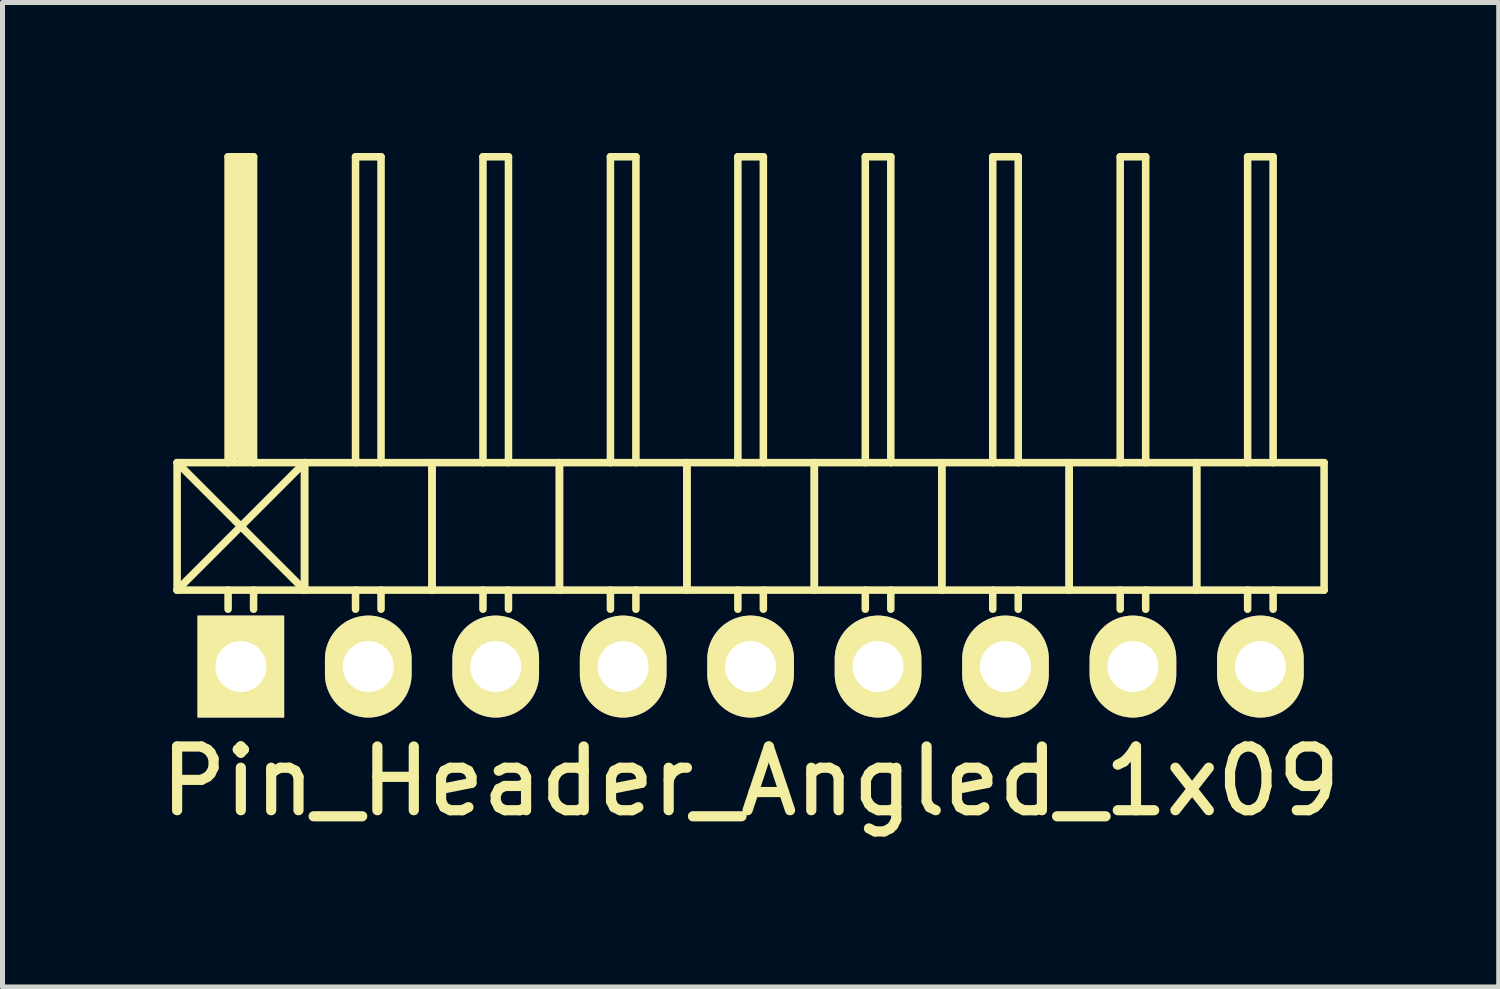
<source format=kicad_pcb>
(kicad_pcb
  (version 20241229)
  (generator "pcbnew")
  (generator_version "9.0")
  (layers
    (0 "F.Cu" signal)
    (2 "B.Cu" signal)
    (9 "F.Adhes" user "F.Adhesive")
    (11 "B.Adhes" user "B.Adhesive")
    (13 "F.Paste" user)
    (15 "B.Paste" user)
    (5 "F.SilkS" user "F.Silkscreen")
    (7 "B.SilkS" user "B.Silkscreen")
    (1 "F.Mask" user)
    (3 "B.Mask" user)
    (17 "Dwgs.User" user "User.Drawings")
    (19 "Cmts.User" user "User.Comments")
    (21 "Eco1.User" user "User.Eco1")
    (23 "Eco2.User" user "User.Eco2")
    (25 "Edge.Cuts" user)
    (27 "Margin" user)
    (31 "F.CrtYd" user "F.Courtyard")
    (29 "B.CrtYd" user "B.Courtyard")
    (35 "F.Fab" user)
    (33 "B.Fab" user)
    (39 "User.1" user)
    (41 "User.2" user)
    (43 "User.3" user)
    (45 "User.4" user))
  (footprint "Pin_Header_Angled_1x09"
    (layer "F.Cu")
    (at 11.91 10.235)
    (property "Reference" "Pin_Header_Angled_1x09" (at 0 2.286 0) (layer "F.SilkS") (effects (font (size 1.27 1.27) (thickness 0.203))))
    (attr through_hole)
    (fp_line (start -11.43 -4.064) (end -8.89 -1.524) (stroke (width 0.15) (type solid)) (layer "F.SilkS"))
    (fp_line (start -11.43 -1.524) (end -11.43 -4.064) (stroke (width 0.15) (type solid)) (layer "F.SilkS"))
    (fp_line (start -11.43 -1.524) (end -8.89 -1.524) (stroke (width 0.15) (type solid)) (layer "F.SilkS"))
    (fp_line (start -10.414 -10.16) (end -9.906 -10.16) (stroke (width 0.15) (type solid)) (layer "F.SilkS"))
    (fp_line (start -10.414 -4.064) (end -10.414 -10.16) (stroke (width 0.15) (type solid)) (layer "F.SilkS"))
    (fp_line (start -10.414 -1.524) (end -10.414 -1.143) (stroke (width 0.15) (type solid)) (layer "F.SilkS"))
    (fp_line (start -10.287 -10.033) (end -10.033 -10.033) (stroke (width 0.15) (type solid)) (layer "F.SilkS"))
    (fp_line (start -10.287 -4.191) (end -10.287 -10.033) (stroke (width 0.15) (type solid)) (layer "F.SilkS"))
    (fp_line (start -10.16 -4.191) (end -10.16 -10.033) (stroke (width 0.15) (type solid)) (layer "F.SilkS"))
    (fp_line (start -10.033 -10.033) (end -10.033 -4.191) (stroke (width 0.15) (type solid)) (layer "F.SilkS"))
    (fp_line (start -10.033 -4.191) (end -10.16 -4.191) (stroke (width 0.15) (type solid)) (layer "F.SilkS"))
    (fp_line (start -9.906 -10.16) (end -9.906 -4.064) (stroke (width 0.15) (type solid)) (layer "F.SilkS"))
    (fp_line (start -9.906 -1.524) (end -9.906 -1.143) (stroke (width 0.15) (type solid)) (layer "F.SilkS"))
    (fp_line (start -8.89 -4.064) (end -11.43 -4.064) (stroke (width 0.15) (type solid)) (layer "F.SilkS"))
    (fp_line (start -8.89 -4.064) (end -11.43 -1.524) (stroke (width 0.15) (type solid)) (layer "F.SilkS"))
    (fp_line (start -8.89 -1.524) (end -8.89 -4.064) (stroke (width 0.15) (type solid)) (layer "F.SilkS"))
    (fp_line (start -8.89 -1.524) (end -8.89 -4.064) (stroke (width 0.15) (type solid)) (layer "F.SilkS"))
    (fp_line (start -8.89 -1.524) (end -6.35 -1.524) (stroke (width 0.15) (type solid)) (layer "F.SilkS"))
    (fp_line (start -7.874 -10.16) (end -7.366 -10.16) (stroke (width 0.15) (type solid)) (layer "F.SilkS"))
    (fp_line (start -7.874 -4.064) (end -7.874 -10.16) (stroke (width 0.15) (type solid)) (layer "F.SilkS"))
    (fp_line (start -7.874 -1.524) (end -7.874 -1.143) (stroke (width 0.15) (type solid)) (layer "F.SilkS"))
    (fp_line (start -7.366 -10.16) (end -7.366 -4.064) (stroke (width 0.15) (type solid)) (layer "F.SilkS"))
    (fp_line (start -7.366 -1.524) (end -7.366 -1.143) (stroke (width 0.15) (type solid)) (layer "F.SilkS"))
    (fp_line (start -6.35 -4.064) (end -8.89 -4.064) (stroke (width 0.15) (type solid)) (layer "F.SilkS"))
    (fp_line (start -6.35 -1.524) (end -6.35 -4.064) (stroke (width 0.15) (type solid)) (layer "F.SilkS"))
    (fp_line (start -6.35 -1.524) (end -6.35 -4.064) (stroke (width 0.15) (type solid)) (layer "F.SilkS"))
    (fp_line (start -6.35 -1.524) (end -3.81 -1.524) (stroke (width 0.15) (type solid)) (layer "F.SilkS"))
    (fp_line (start -5.334 -10.16) (end -4.826 -10.16) (stroke (width 0.15) (type solid)) (layer "F.SilkS"))
    (fp_line (start -5.334 -4.064) (end -5.334 -10.16) (stroke (width 0.15) (type solid)) (layer "F.SilkS"))
    (fp_line (start -5.334 -1.524) (end -5.334 -1.143) (stroke (width 0.15) (type solid)) (layer "F.SilkS"))
    (fp_line (start -4.826 -10.16) (end -4.826 -4.064) (stroke (width 0.15) (type solid)) (layer "F.SilkS"))
    (fp_line (start -4.826 -1.524) (end -4.826 -1.143) (stroke (width 0.15) (type solid)) (layer "F.SilkS"))
    (fp_line (start -3.81 -4.064) (end -6.35 -4.064) (stroke (width 0.15) (type solid)) (layer "F.SilkS"))
    (fp_line (start -3.81 -1.524) (end -3.81 -4.064) (stroke (width 0.15) (type solid)) (layer "F.SilkS"))
    (fp_line (start -3.81 -1.524) (end -3.81 -4.064) (stroke (width 0.15) (type solid)) (layer "F.SilkS"))
    (fp_line (start -3.81 -1.524) (end -1.27 -1.524) (stroke (width 0.15) (type solid)) (layer "F.SilkS"))
    (fp_line (start -2.794 -10.16) (end -2.286 -10.16) (stroke (width 0.15) (type solid)) (layer "F.SilkS"))
    (fp_line (start -2.794 -4.064) (end -2.794 -10.16) (stroke (width 0.15) (type solid)) (layer "F.SilkS"))
    (fp_line (start -2.794 -1.524) (end -2.794 -1.143) (stroke (width 0.15) (type solid)) (layer "F.SilkS"))
    (fp_line (start -2.286 -10.16) (end -2.286 -4.064) (stroke (width 0.15) (type solid)) (layer "F.SilkS"))
    (fp_line (start -2.286 -1.524) (end -2.286 -1.143) (stroke (width 0.15) (type solid)) (layer "F.SilkS"))
    (fp_line (start -1.27 -4.064) (end -3.81 -4.064) (stroke (width 0.15) (type solid)) (layer "F.SilkS"))
    (fp_line (start -1.27 -1.524) (end -1.27 -4.064) (stroke (width 0.15) (type solid)) (layer "F.SilkS"))
    (fp_line (start -1.27 -1.524) (end -1.27 -4.064) (stroke (width 0.15) (type solid)) (layer "F.SilkS"))
    (fp_line (start -1.27 -1.524) (end 1.27 -1.524) (stroke (width 0.15) (type solid)) (layer "F.SilkS"))
    (fp_line (start -0.254 -10.16) (end 0.254 -10.16) (stroke (width 0.15) (type solid)) (layer "F.SilkS"))
    (fp_line (start -0.254 -4.064) (end -0.254 -10.16) (stroke (width 0.15) (type solid)) (layer "F.SilkS"))
    (fp_line (start -0.254 -1.524) (end -0.254 -1.143) (stroke (width 0.15) (type solid)) (layer "F.SilkS"))
    (fp_line (start 0.254 -10.16) (end 0.254 -4.064) (stroke (width 0.15) (type solid)) (layer "F.SilkS"))
    (fp_line (start 0.254 -1.524) (end 0.254 -1.143) (stroke (width 0.15) (type solid)) (layer "F.SilkS"))
    (fp_line (start 1.27 -4.064) (end -1.27 -4.064) (stroke (width 0.15) (type solid)) (layer "F.SilkS"))
    (fp_line (start 1.27 -1.524) (end 1.27 -4.064) (stroke (width 0.15) (type solid)) (layer "F.SilkS"))
    (fp_line (start 1.27 -1.524) (end 1.27 -4.064) (stroke (width 0.15) (type solid)) (layer "F.SilkS"))
    (fp_line (start 1.27 -1.524) (end 3.81 -1.524) (stroke (width 0.15) (type solid)) (layer "F.SilkS"))
    (fp_line (start 2.286 -10.16) (end 2.794 -10.16) (stroke (width 0.15) (type solid)) (layer "F.SilkS"))
    (fp_line (start 2.286 -4.064) (end 2.286 -10.16) (stroke (width 0.15) (type solid)) (layer "F.SilkS"))
    (fp_line (start 2.286 -1.524) (end 2.286 -1.143) (stroke (width 0.15) (type solid)) (layer "F.SilkS"))
    (fp_line (start 2.794 -10.16) (end 2.794 -4.064) (stroke (width 0.15) (type solid)) (layer "F.SilkS"))
    (fp_line (start 2.794 -1.524) (end 2.794 -1.143) (stroke (width 0.15) (type solid)) (layer "F.SilkS"))
    (fp_line (start 3.81 -4.064) (end 1.27 -4.064) (stroke (width 0.15) (type solid)) (layer "F.SilkS"))
    (fp_line (start 3.81 -1.524) (end 3.81 -4.064) (stroke (width 0.15) (type solid)) (layer "F.SilkS"))
    (fp_line (start 3.81 -1.524) (end 3.81 -4.064) (stroke (width 0.15) (type solid)) (layer "F.SilkS"))
    (fp_line (start 3.81 -1.524) (end 6.35 -1.524) (stroke (width 0.15) (type solid)) (layer "F.SilkS"))
    (fp_line (start 4.826 -10.16) (end 5.334 -10.16) (stroke (width 0.15) (type solid)) (layer "F.SilkS"))
    (fp_line (start 4.826 -4.064) (end 4.826 -10.16) (stroke (width 0.15) (type solid)) (layer "F.SilkS"))
    (fp_line (start 4.826 -1.524) (end 4.826 -1.143) (stroke (width 0.15) (type solid)) (layer "F.SilkS"))
    (fp_line (start 5.334 -10.16) (end 5.334 -4.064) (stroke (width 0.15) (type solid)) (layer "F.SilkS"))
    (fp_line (start 5.334 -1.524) (end 5.334 -1.143) (stroke (width 0.15) (type solid)) (layer "F.SilkS"))
    (fp_line (start 6.35 -4.064) (end 3.81 -4.064) (stroke (width 0.15) (type solid)) (layer "F.SilkS"))
    (fp_line (start 6.35 -1.524) (end 6.35 -4.064) (stroke (width 0.15) (type solid)) (layer "F.SilkS"))
    (fp_line (start 6.35 -1.524) (end 6.35 -4.064) (stroke (width 0.15) (type solid)) (layer "F.SilkS"))
    (fp_line (start 6.35 -1.524) (end 8.89 -1.524) (stroke (width 0.15) (type solid)) (layer "F.SilkS"))
    (fp_line (start 7.366 -10.16) (end 7.874 -10.16) (stroke (width 0.15) (type solid)) (layer "F.SilkS"))
    (fp_line (start 7.366 -4.064) (end 7.366 -10.16) (stroke (width 0.15) (type solid)) (layer "F.SilkS"))
    (fp_line (start 7.366 -1.524) (end 7.366 -1.143) (stroke (width 0.15) (type solid)) (layer "F.SilkS"))
    (fp_line (start 7.874 -10.16) (end 7.874 -4.064) (stroke (width 0.15) (type solid)) (layer "F.SilkS"))
    (fp_line (start 7.874 -1.524) (end 7.874 -1.143) (stroke (width 0.15) (type solid)) (layer "F.SilkS"))
    (fp_line (start 8.89 -4.064) (end 6.35 -4.064) (stroke (width 0.15) (type solid)) (layer "F.SilkS"))
    (fp_line (start 8.89 -1.524) (end 8.89 -4.064) (stroke (width 0.15) (type solid)) (layer "F.SilkS"))
    (fp_line (start 8.89 -1.524) (end 8.89 -4.064) (stroke (width 0.15) (type solid)) (layer "F.SilkS"))
    (fp_line (start 8.89 -1.524) (end 11.43 -1.524) (stroke (width 0.15) (type solid)) (layer "F.SilkS"))
    (fp_line (start 9.906 -10.16) (end 10.414 -10.16) (stroke (width 0.15) (type solid)) (layer "F.SilkS"))
    (fp_line (start 9.906 -4.064) (end 9.906 -10.16) (stroke (width 0.15) (type solid)) (layer "F.SilkS"))
    (fp_line (start 9.906 -1.524) (end 9.906 -1.143) (stroke (width 0.15) (type solid)) (layer "F.SilkS"))
    (fp_line (start 10.414 -10.16) (end 10.414 -4.064) (stroke (width 0.15) (type solid)) (layer "F.SilkS"))
    (fp_line (start 10.414 -1.524) (end 10.414 -1.143) (stroke (width 0.15) (type solid)) (layer "F.SilkS"))
    (fp_line (start 11.43 -4.064) (end 8.89 -4.064) (stroke (width 0.15) (type solid)) (layer "F.SilkS"))
    (fp_line (start 11.43 -1.524) (end 11.43 -4.064) (stroke (width 0.15) (type solid)) (layer "F.SilkS"))
    (pad "1" thru_hole rect (at -10.16 0) (size 1.727 2.032) (drill 1.016) (layers "*.Cu" "*.Mask" "F.SilkS"))
    (pad "2" thru_hole oval (at -7.62 0) (size 1.727 2.032) (drill 1.016) (layers "*.Cu" "*.Mask" "F.SilkS"))
    (pad "3" thru_hole oval (at -5.08 0) (size 1.727 2.032) (drill 1.016) (layers "*.Cu" "*.Mask" "F.SilkS"))
    (pad "4" thru_hole oval (at -2.54 0) (size 1.727 2.032) (drill 1.016) (layers "*.Cu" "*.Mask" "F.SilkS"))
    (pad "5" thru_hole oval (at 0 0) (size 1.727 2.032) (drill 1.016) (layers "*.Cu" "*.Mask" "F.SilkS"))
    (pad "6" thru_hole oval (at 2.54 0) (size 1.727 2.032) (drill 1.016) (layers "*.Cu" "*.Mask" "F.SilkS"))
    (pad "7" thru_hole oval (at 5.08 0) (size 1.727 2.032) (drill 1.016) (layers "*.Cu" "*.Mask" "F.SilkS"))
    (pad "8" thru_hole oval (at 7.62 0) (size 1.727 2.032) (drill 1.016) (layers "*.Cu" "*.Mask" "F.SilkS"))
    (pad "9" thru_hole oval (at 10.16 0) (size 1.727 2.032) (drill 1.016) (layers "*.Cu" "*.Mask" "F.SilkS")))
  (gr_rect
    (start -3 -3)
    (end 26.82 16.621)
    (stroke (width 0.1) (type default))
    (fill no)
    (layer "Edge.Cuts")))
</source>
